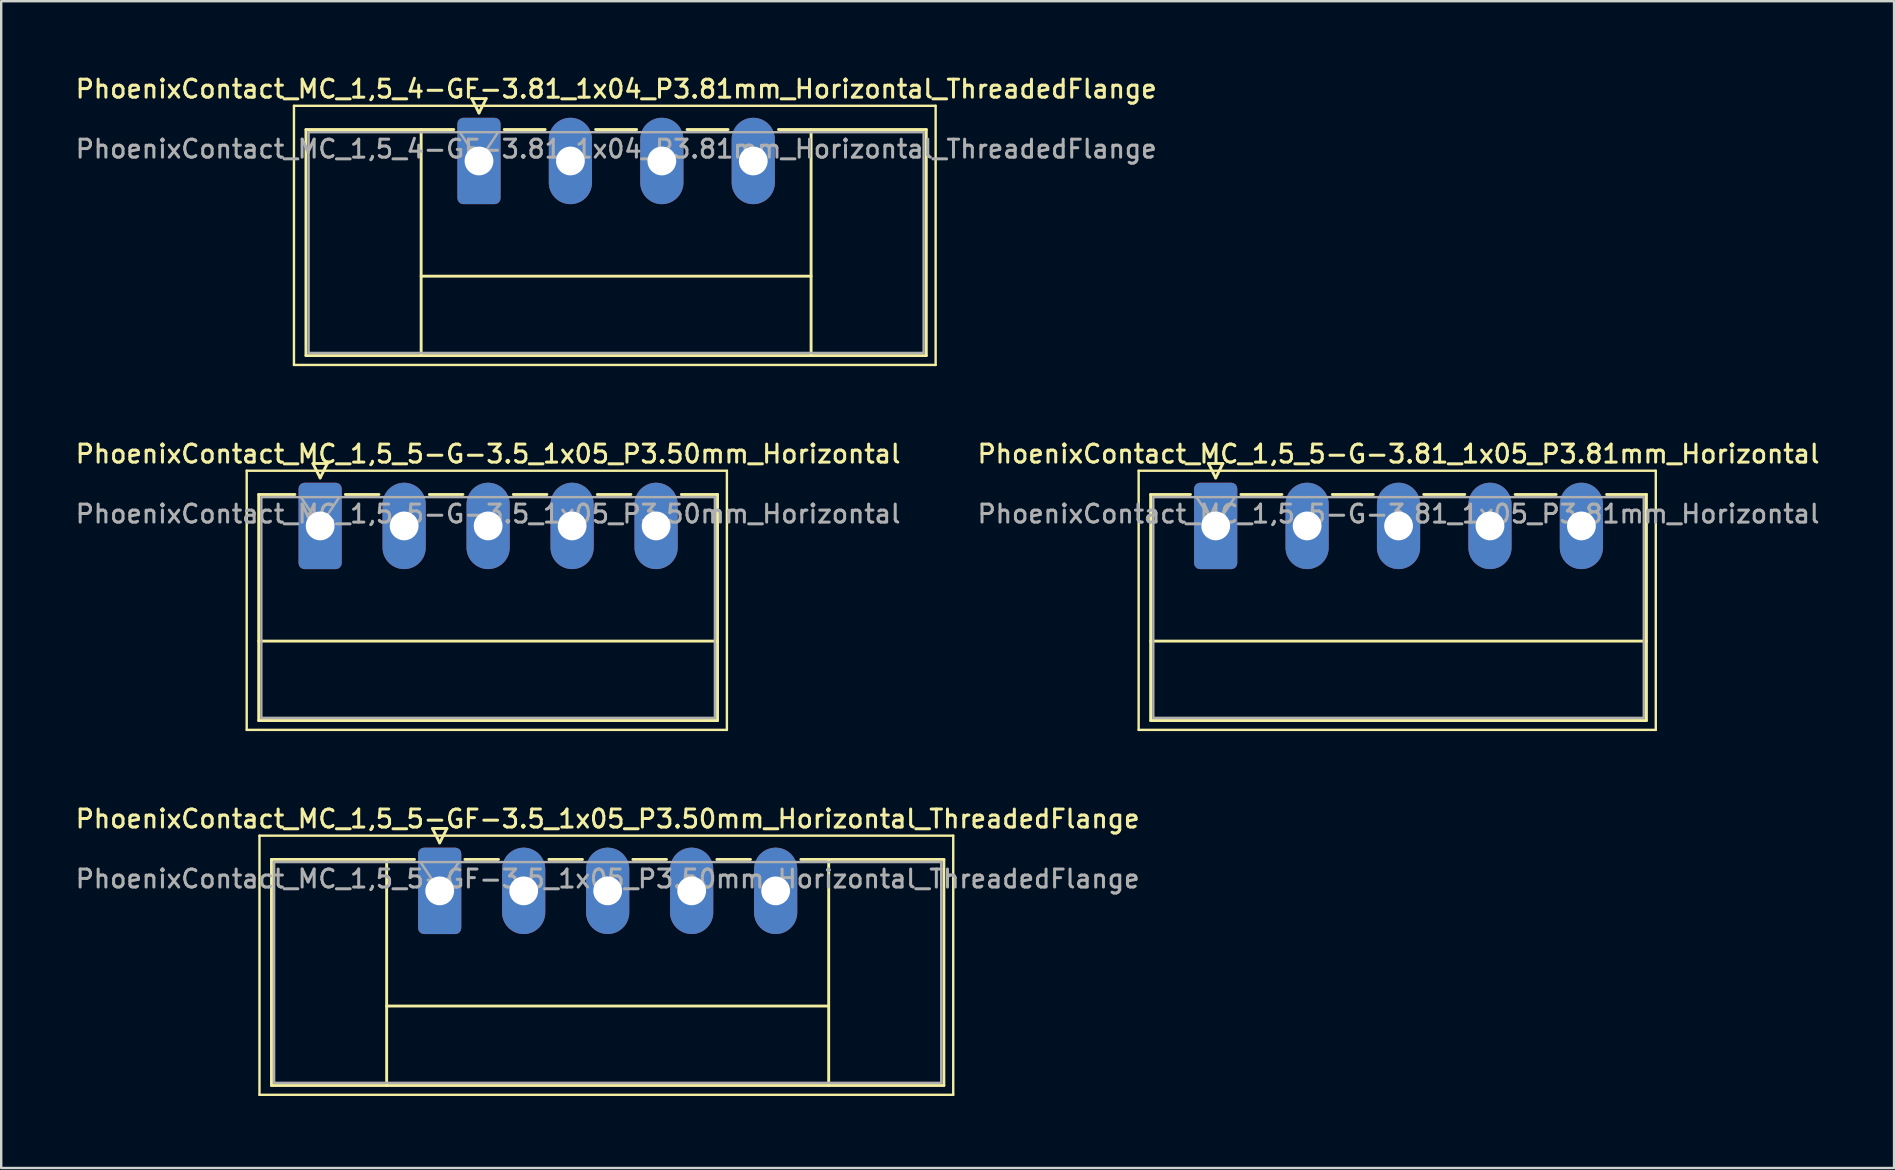
<source format=kicad_pcb>
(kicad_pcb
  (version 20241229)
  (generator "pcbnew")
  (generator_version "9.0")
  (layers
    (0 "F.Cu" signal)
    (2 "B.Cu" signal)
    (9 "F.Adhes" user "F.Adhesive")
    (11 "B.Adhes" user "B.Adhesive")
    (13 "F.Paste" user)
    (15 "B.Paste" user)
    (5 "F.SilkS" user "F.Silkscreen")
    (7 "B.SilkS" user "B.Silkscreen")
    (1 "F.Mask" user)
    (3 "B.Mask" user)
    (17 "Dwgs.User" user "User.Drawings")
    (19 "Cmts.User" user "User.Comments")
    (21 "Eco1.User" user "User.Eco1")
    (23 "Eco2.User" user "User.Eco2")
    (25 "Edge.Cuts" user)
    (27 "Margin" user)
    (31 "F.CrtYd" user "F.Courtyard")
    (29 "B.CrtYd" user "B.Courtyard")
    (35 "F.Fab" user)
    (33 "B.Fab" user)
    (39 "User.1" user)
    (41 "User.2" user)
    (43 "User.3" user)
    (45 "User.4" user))
  (footprint "PhoenixContact_MC_1,5_5-GF-3.5_1x05_P3.50mm_Horizontal_ThreadedFlange"
    (layer "F.Cu")
    (at 15.273 34.074)
    (property "Reference" "PhoenixContact_MC_1,5_5-GF-3.5_1x05_P3.50mm_Horizontal_ThreadedFlange" (at 7 -3 0) (layer "F.SilkS") (effects (font (size 0.75 0.75) (thickness 0.125))))
    (attr through_hole)
    (fp_line (start -7.51 -2.3) (end -7.51 8.5) (stroke (width 0.1) (type solid)) (layer "F.SilkS"))
    (fp_line (start -7.51 8.5) (end 21.4 8.5) (stroke (width 0.1) (type solid)) (layer "F.SilkS"))
    (fp_line (start -7.01 -1.31) (end -7.01 8.11) (stroke (width 0.12) (type solid)) (layer "F.SilkS"))
    (fp_line (start -7.01 -1.31) (end -1.05 -1.31) (stroke (width 0.12) (type solid)) (layer "F.SilkS"))
    (fp_line (start -7.01 8.11) (end 21.01 8.11) (stroke (width 0.12) (type solid)) (layer "F.SilkS"))
    (fp_line (start -2.21 -1.31) (end -2.21 8.11) (stroke (width 0.12) (type solid)) (layer "F.SilkS"))
    (fp_line (start -2.21 4.8) (end 16.21 4.8) (stroke (width 0.12) (type solid)) (layer "F.SilkS"))
    (fp_line (start -0.3 -2.6) (end 0.3 -2.6) (stroke (width 0.12) (type solid)) (layer "F.SilkS"))
    (fp_line (start 0 -2) (end -0.3 -2.6) (stroke (width 0.12) (type solid)) (layer "F.SilkS"))
    (fp_line (start 0.3 -2.6) (end 0 -2) (stroke (width 0.12) (type solid)) (layer "F.SilkS"))
    (fp_line (start 1.05 -1.31) (end 2.45 -1.31) (stroke (width 0.12) (type solid)) (layer "F.SilkS"))
    (fp_line (start 4.55 -1.31) (end 5.95 -1.31) (stroke (width 0.12) (type solid)) (layer "F.SilkS"))
    (fp_line (start 8.05 -1.31) (end 9.45 -1.31) (stroke (width 0.12) (type solid)) (layer "F.SilkS"))
    (fp_line (start 11.55 -1.31) (end 12.95 -1.31) (stroke (width 0.12) (type solid)) (layer "F.SilkS"))
    (fp_line (start 16.21 -1.31) (end 16.21 8.11) (stroke (width 0.12) (type solid)) (layer "F.SilkS"))
    (fp_line (start 21.01 -1.31) (end 15.05 -1.31) (stroke (width 0.12) (type solid)) (layer "F.SilkS"))
    (fp_line (start 21.01 8.11) (end 21.01 -1.31) (stroke (width 0.12) (type solid)) (layer "F.SilkS"))
    (fp_line (start 21.4 -2.3) (end -7.51 -2.3) (stroke (width 0.1) (type solid)) (layer "F.SilkS"))
    (fp_line (start 21.4 8.5) (end 21.4 -2.3) (stroke (width 0.1) (type solid)) (layer "F.SilkS"))
    (fp_line (start -6.9 -1.2) (end -6.9 8) (stroke (width 0.1) (type solid)) (layer "F.Fab"))
    (fp_line (start -6.9 8) (end 20.9 8) (stroke (width 0.1) (type solid)) (layer "F.Fab"))
    (fp_line (start 0 0) (end -0.8 -1.2) (stroke (width 0.1) (type solid)) (layer "F.Fab"))
    (fp_line (start 0.8 -1.2) (end 0 0) (stroke (width 0.1) (type solid)) (layer "F.Fab"))
    (fp_line (start 20.9 -1.2) (end -6.9 -1.2) (stroke (width 0.1) (type solid)) (layer "F.Fab"))
    (fp_line (start 20.9 8) (end 20.9 -1.2) (stroke (width 0.1) (type solid)) (layer "F.Fab"))
    (fp_text user "${REFERENCE}" (at 7 -0.5 0) (layer "F.Fab") (effects (font (size 0.75 0.75) (thickness 0.125))))
    (pad "1" thru_hole roundrect (at 0 0) (size 1.8 3.6) (drill 1.2) (layers "*.Cu" "*.Mask") (roundrect_rratio 0.139))
    (pad "2" thru_hole oval (at 3.5 0) (size 1.8 3.6) (drill 1.2) (layers "*.Cu" "*.Mask"))
    (pad "3" thru_hole oval (at 7 0) (size 1.8 3.6) (drill 1.2) (layers "*.Cu" "*.Mask"))
    (pad "4" thru_hole oval (at 10.5 0) (size 1.8 3.6) (drill 1.2) (layers "*.Cu" "*.Mask"))
    (pad "5" thru_hole oval (at 14 0) (size 1.8 3.6) (drill 1.2) (layers "*.Cu" "*.Mask")))
  (footprint "PhoenixContact_MC_1,5_5-G-3.5_1x05_P3.50mm_Horizontal"
    (layer "F.Cu")
    (at 10.291 18.866)
    (property "Reference" "PhoenixContact_MC_1,5_5-G-3.5_1x05_P3.50mm_Horizontal" (at 7 -3 0) (layer "F.SilkS") (effects (font (size 0.75 0.75) (thickness 0.125))))
    (attr through_hole)
    (fp_line (start -3.06 -2.3) (end -3.06 8.5) (stroke (width 0.1) (type solid)) (layer "F.SilkS"))
    (fp_line (start -3.06 8.5) (end 16.95 8.5) (stroke (width 0.1) (type solid)) (layer "F.SilkS"))
    (fp_line (start -2.56 -1.31) (end -2.56 8.11) (stroke (width 0.12) (type solid)) (layer "F.SilkS"))
    (fp_line (start -2.56 -1.31) (end -1.05 -1.31) (stroke (width 0.12) (type solid)) (layer "F.SilkS"))
    (fp_line (start -2.56 4.8) (end 16.56 4.8) (stroke (width 0.12) (type solid)) (layer "F.SilkS"))
    (fp_line (start -2.56 8.11) (end 16.56 8.11) (stroke (width 0.12) (type solid)) (layer "F.SilkS"))
    (fp_line (start -0.3 -2.6) (end 0.3 -2.6) (stroke (width 0.12) (type solid)) (layer "F.SilkS"))
    (fp_line (start 0 -2) (end -0.3 -2.6) (stroke (width 0.12) (type solid)) (layer "F.SilkS"))
    (fp_line (start 0.3 -2.6) (end 0 -2) (stroke (width 0.12) (type solid)) (layer "F.SilkS"))
    (fp_line (start 1.05 -1.31) (end 2.45 -1.31) (stroke (width 0.12) (type solid)) (layer "F.SilkS"))
    (fp_line (start 4.55 -1.31) (end 5.95 -1.31) (stroke (width 0.12) (type solid)) (layer "F.SilkS"))
    (fp_line (start 8.05 -1.31) (end 9.45 -1.31) (stroke (width 0.12) (type solid)) (layer "F.SilkS"))
    (fp_line (start 11.55 -1.31) (end 12.95 -1.31) (stroke (width 0.12) (type solid)) (layer "F.SilkS"))
    (fp_line (start 16.56 -1.31) (end 15.05 -1.31) (stroke (width 0.12) (type solid)) (layer "F.SilkS"))
    (fp_line (start 16.56 8.11) (end 16.56 -1.31) (stroke (width 0.12) (type solid)) (layer "F.SilkS"))
    (fp_line (start 16.95 -2.3) (end -3.06 -2.3) (stroke (width 0.1) (type solid)) (layer "F.SilkS"))
    (fp_line (start 16.95 8.5) (end 16.95 -2.3) (stroke (width 0.1) (type solid)) (layer "F.SilkS"))
    (fp_line (start -2.45 -1.2) (end -2.45 8) (stroke (width 0.1) (type solid)) (layer "F.Fab"))
    (fp_line (start -2.45 8) (end 16.45 8) (stroke (width 0.1) (type solid)) (layer "F.Fab"))
    (fp_line (start 0 0) (end -0.8 -1.2) (stroke (width 0.1) (type solid)) (layer "F.Fab"))
    (fp_line (start 0.8 -1.2) (end 0 0) (stroke (width 0.1) (type solid)) (layer "F.Fab"))
    (fp_line (start 16.45 -1.2) (end -2.45 -1.2) (stroke (width 0.1) (type solid)) (layer "F.Fab"))
    (fp_line (start 16.45 8) (end 16.45 -1.2) (stroke (width 0.1) (type solid)) (layer "F.Fab"))
    (fp_text user "${REFERENCE}" (at 7 -0.5 0) (layer "F.Fab") (effects (font (size 0.75 0.75) (thickness 0.125))))
    (pad "1" thru_hole roundrect (at 0 0) (size 1.8 3.6) (drill 1.2) (layers "*.Cu" "*.Mask") (roundrect_rratio 0.139))
    (pad "2" thru_hole oval (at 3.5 0) (size 1.8 3.6) (drill 1.2) (layers "*.Cu" "*.Mask"))
    (pad "3" thru_hole oval (at 7 0) (size 1.8 3.6) (drill 1.2) (layers "*.Cu" "*.Mask"))
    (pad "4" thru_hole oval (at 10.5 0) (size 1.8 3.6) (drill 1.2) (layers "*.Cu" "*.Mask"))
    (pad "5" thru_hole oval (at 14 0) (size 1.8 3.6) (drill 1.2) (layers "*.Cu" "*.Mask")))
  (footprint "PhoenixContact_MC_1,5_5-G-3.81_1x05_P3.81mm_Horizontal"
    (layer "F.Cu")
    (at 47.61 18.866)
    (property "Reference" "PhoenixContact_MC_1,5_5-G-3.81_1x05_P3.81mm_Horizontal" (at 7.62 -3 0) (layer "F.SilkS") (effects (font (size 0.75 0.75) (thickness 0.125))))
    (attr through_hole)
    (fp_line (start -3.21 -2.3) (end -3.21 8.5) (stroke (width 0.1) (type solid)) (layer "F.SilkS"))
    (fp_line (start -3.21 8.5) (end 18.34 8.5) (stroke (width 0.1) (type solid)) (layer "F.SilkS"))
    (fp_line (start -2.71 -1.31) (end -2.71 8.11) (stroke (width 0.12) (type solid)) (layer "F.SilkS"))
    (fp_line (start -2.71 -1.31) (end -1.05 -1.31) (stroke (width 0.12) (type solid)) (layer "F.SilkS"))
    (fp_line (start -2.71 4.8) (end 17.95 4.8) (stroke (width 0.12) (type solid)) (layer "F.SilkS"))
    (fp_line (start -2.71 8.11) (end 17.95 8.11) (stroke (width 0.12) (type solid)) (layer "F.SilkS"))
    (fp_line (start -0.3 -2.6) (end 0.3 -2.6) (stroke (width 0.12) (type solid)) (layer "F.SilkS"))
    (fp_line (start 0 -2) (end -0.3 -2.6) (stroke (width 0.12) (type solid)) (layer "F.SilkS"))
    (fp_line (start 0.3 -2.6) (end 0 -2) (stroke (width 0.12) (type solid)) (layer "F.SilkS"))
    (fp_line (start 1.05 -1.31) (end 2.76 -1.31) (stroke (width 0.12) (type solid)) (layer "F.SilkS"))
    (fp_line (start 4.86 -1.31) (end 6.57 -1.31) (stroke (width 0.12) (type solid)) (layer "F.SilkS"))
    (fp_line (start 8.67 -1.31) (end 10.38 -1.31) (stroke (width 0.12) (type solid)) (layer "F.SilkS"))
    (fp_line (start 12.48 -1.31) (end 14.19 -1.31) (stroke (width 0.12) (type solid)) (layer "F.SilkS"))
    (fp_line (start 17.95 -1.31) (end 16.29 -1.31) (stroke (width 0.12) (type solid)) (layer "F.SilkS"))
    (fp_line (start 17.95 8.11) (end 17.95 -1.31) (stroke (width 0.12) (type solid)) (layer "F.SilkS"))
    (fp_line (start 18.34 -2.3) (end -3.21 -2.3) (stroke (width 0.1) (type solid)) (layer "F.SilkS"))
    (fp_line (start 18.34 8.5) (end 18.34 -2.3) (stroke (width 0.1) (type solid)) (layer "F.SilkS"))
    (fp_line (start -2.6 -1.2) (end -2.6 8) (stroke (width 0.1) (type solid)) (layer "F.Fab"))
    (fp_line (start -2.6 8) (end 17.84 8) (stroke (width 0.1) (type solid)) (layer "F.Fab"))
    (fp_line (start 0 0) (end -0.8 -1.2) (stroke (width 0.1) (type solid)) (layer "F.Fab"))
    (fp_line (start 0.8 -1.2) (end 0 0) (stroke (width 0.1) (type solid)) (layer "F.Fab"))
    (fp_line (start 17.84 -1.2) (end -2.6 -1.2) (stroke (width 0.1) (type solid)) (layer "F.Fab"))
    (fp_line (start 17.84 8) (end 17.84 -1.2) (stroke (width 0.1) (type solid)) (layer "F.Fab"))
    (fp_text user "${REFERENCE}" (at 7.62 -0.5 0) (layer "F.Fab") (effects (font (size 0.75 0.75) (thickness 0.125))))
    (pad "1" thru_hole roundrect (at 0 0) (size 1.8 3.6) (drill 1.2) (layers "*.Cu" "*.Mask") (roundrect_rratio 0.139))
    (pad "2" thru_hole oval (at 3.81 0) (size 1.8 3.6) (drill 1.2) (layers "*.Cu" "*.Mask"))
    (pad "3" thru_hole oval (at 7.62 0) (size 1.8 3.6) (drill 1.2) (layers "*.Cu" "*.Mask"))
    (pad "4" thru_hole oval (at 11.43 0) (size 1.8 3.6) (drill 1.2) (layers "*.Cu" "*.Mask"))
    (pad "5" thru_hole oval (at 15.24 0) (size 1.8 3.6) (drill 1.2) (layers "*.Cu" "*.Mask")))
  (footprint "PhoenixContact_MC_1,5_4-GF-3.81_1x04_P3.81mm_Horizontal_ThreadedFlange"
    (layer "F.Cu")
    (at 16.91 3.658)
    (property "Reference" "PhoenixContact_MC_1,5_4-GF-3.81_1x04_P3.81mm_Horizontal_ThreadedFlange" (at 5.72 -3 0) (layer "F.SilkS") (effects (font (size 0.75 0.75) (thickness 0.125))))
    (attr through_hole)
    (fp_line (start -7.71 -2.3) (end -7.71 8.5) (stroke (width 0.1) (type solid)) (layer "F.SilkS"))
    (fp_line (start -7.71 8.5) (end 19.03 8.5) (stroke (width 0.1) (type solid)) (layer "F.SilkS"))
    (fp_line (start -7.21 -1.31) (end -7.21 8.11) (stroke (width 0.12) (type solid)) (layer "F.SilkS"))
    (fp_line (start -7.21 -1.31) (end -1.05 -1.31) (stroke (width 0.12) (type solid)) (layer "F.SilkS"))
    (fp_line (start -7.21 8.11) (end 18.64 8.11) (stroke (width 0.12) (type solid)) (layer "F.SilkS"))
    (fp_line (start -2.41 -1.31) (end -2.41 8.11) (stroke (width 0.12) (type solid)) (layer "F.SilkS"))
    (fp_line (start -2.41 4.8) (end 13.84 4.8) (stroke (width 0.12) (type solid)) (layer "F.SilkS"))
    (fp_line (start -0.3 -2.6) (end 0.3 -2.6) (stroke (width 0.12) (type solid)) (layer "F.SilkS"))
    (fp_line (start 0 -2) (end -0.3 -2.6) (stroke (width 0.12) (type solid)) (layer "F.SilkS"))
    (fp_line (start 0.3 -2.6) (end 0 -2) (stroke (width 0.12) (type solid)) (layer "F.SilkS"))
    (fp_line (start 1.05 -1.31) (end 2.76 -1.31) (stroke (width 0.12) (type solid)) (layer "F.SilkS"))
    (fp_line (start 4.86 -1.31) (end 6.57 -1.31) (stroke (width 0.12) (type solid)) (layer "F.SilkS"))
    (fp_line (start 8.67 -1.31) (end 10.38 -1.31) (stroke (width 0.12) (type solid)) (layer "F.SilkS"))
    (fp_line (start 13.84 -1.31) (end 13.84 8.11) (stroke (width 0.12) (type solid)) (layer "F.SilkS"))
    (fp_line (start 18.64 -1.31) (end 12.48 -1.31) (stroke (width 0.12) (type solid)) (layer "F.SilkS"))
    (fp_line (start 18.64 8.11) (end 18.64 -1.31) (stroke (width 0.12) (type solid)) (layer "F.SilkS"))
    (fp_line (start 19.03 -2.3) (end -7.71 -2.3) (stroke (width 0.1) (type solid)) (layer "F.SilkS"))
    (fp_line (start 19.03 8.5) (end 19.03 -2.3) (stroke (width 0.1) (type solid)) (layer "F.SilkS"))
    (fp_line (start -7.1 -1.2) (end -7.1 8) (stroke (width 0.1) (type solid)) (layer "F.Fab"))
    (fp_line (start -7.1 8) (end 18.53 8) (stroke (width 0.1) (type solid)) (layer "F.Fab"))
    (fp_line (start 0 0) (end -0.8 -1.2) (stroke (width 0.1) (type solid)) (layer "F.Fab"))
    (fp_line (start 0.8 -1.2) (end 0 0) (stroke (width 0.1) (type solid)) (layer "F.Fab"))
    (fp_line (start 18.53 -1.2) (end -7.1 -1.2) (stroke (width 0.1) (type solid)) (layer "F.Fab"))
    (fp_line (start 18.53 8) (end 18.53 -1.2) (stroke (width 0.1) (type solid)) (layer "F.Fab"))
    (fp_text user "${REFERENCE}" (at 5.72 -0.5 0) (layer "F.Fab") (effects (font (size 0.75 0.75) (thickness 0.125))))
    (pad "1" thru_hole roundrect (at 0 0) (size 1.8 3.6) (drill 1.2) (layers "*.Cu" "*.Mask") (roundrect_rratio 0.139))
    (pad "2" thru_hole oval (at 3.81 0) (size 1.8 3.6) (drill 1.2) (layers "*.Cu" "*.Mask"))
    (pad "3" thru_hole oval (at 7.62 0) (size 1.8 3.6) (drill 1.2) (layers "*.Cu" "*.Mask"))
    (pad "4" thru_hole oval (at 11.43 0) (size 1.8 3.6) (drill 1.2) (layers "*.Cu" "*.Mask")))
  (gr_rect
    (start -3 -3)
    (end 75.879 45.624)
    (stroke (width 0.1) (type default))
    (fill no)
    (layer "Edge.Cuts")))
</source>
